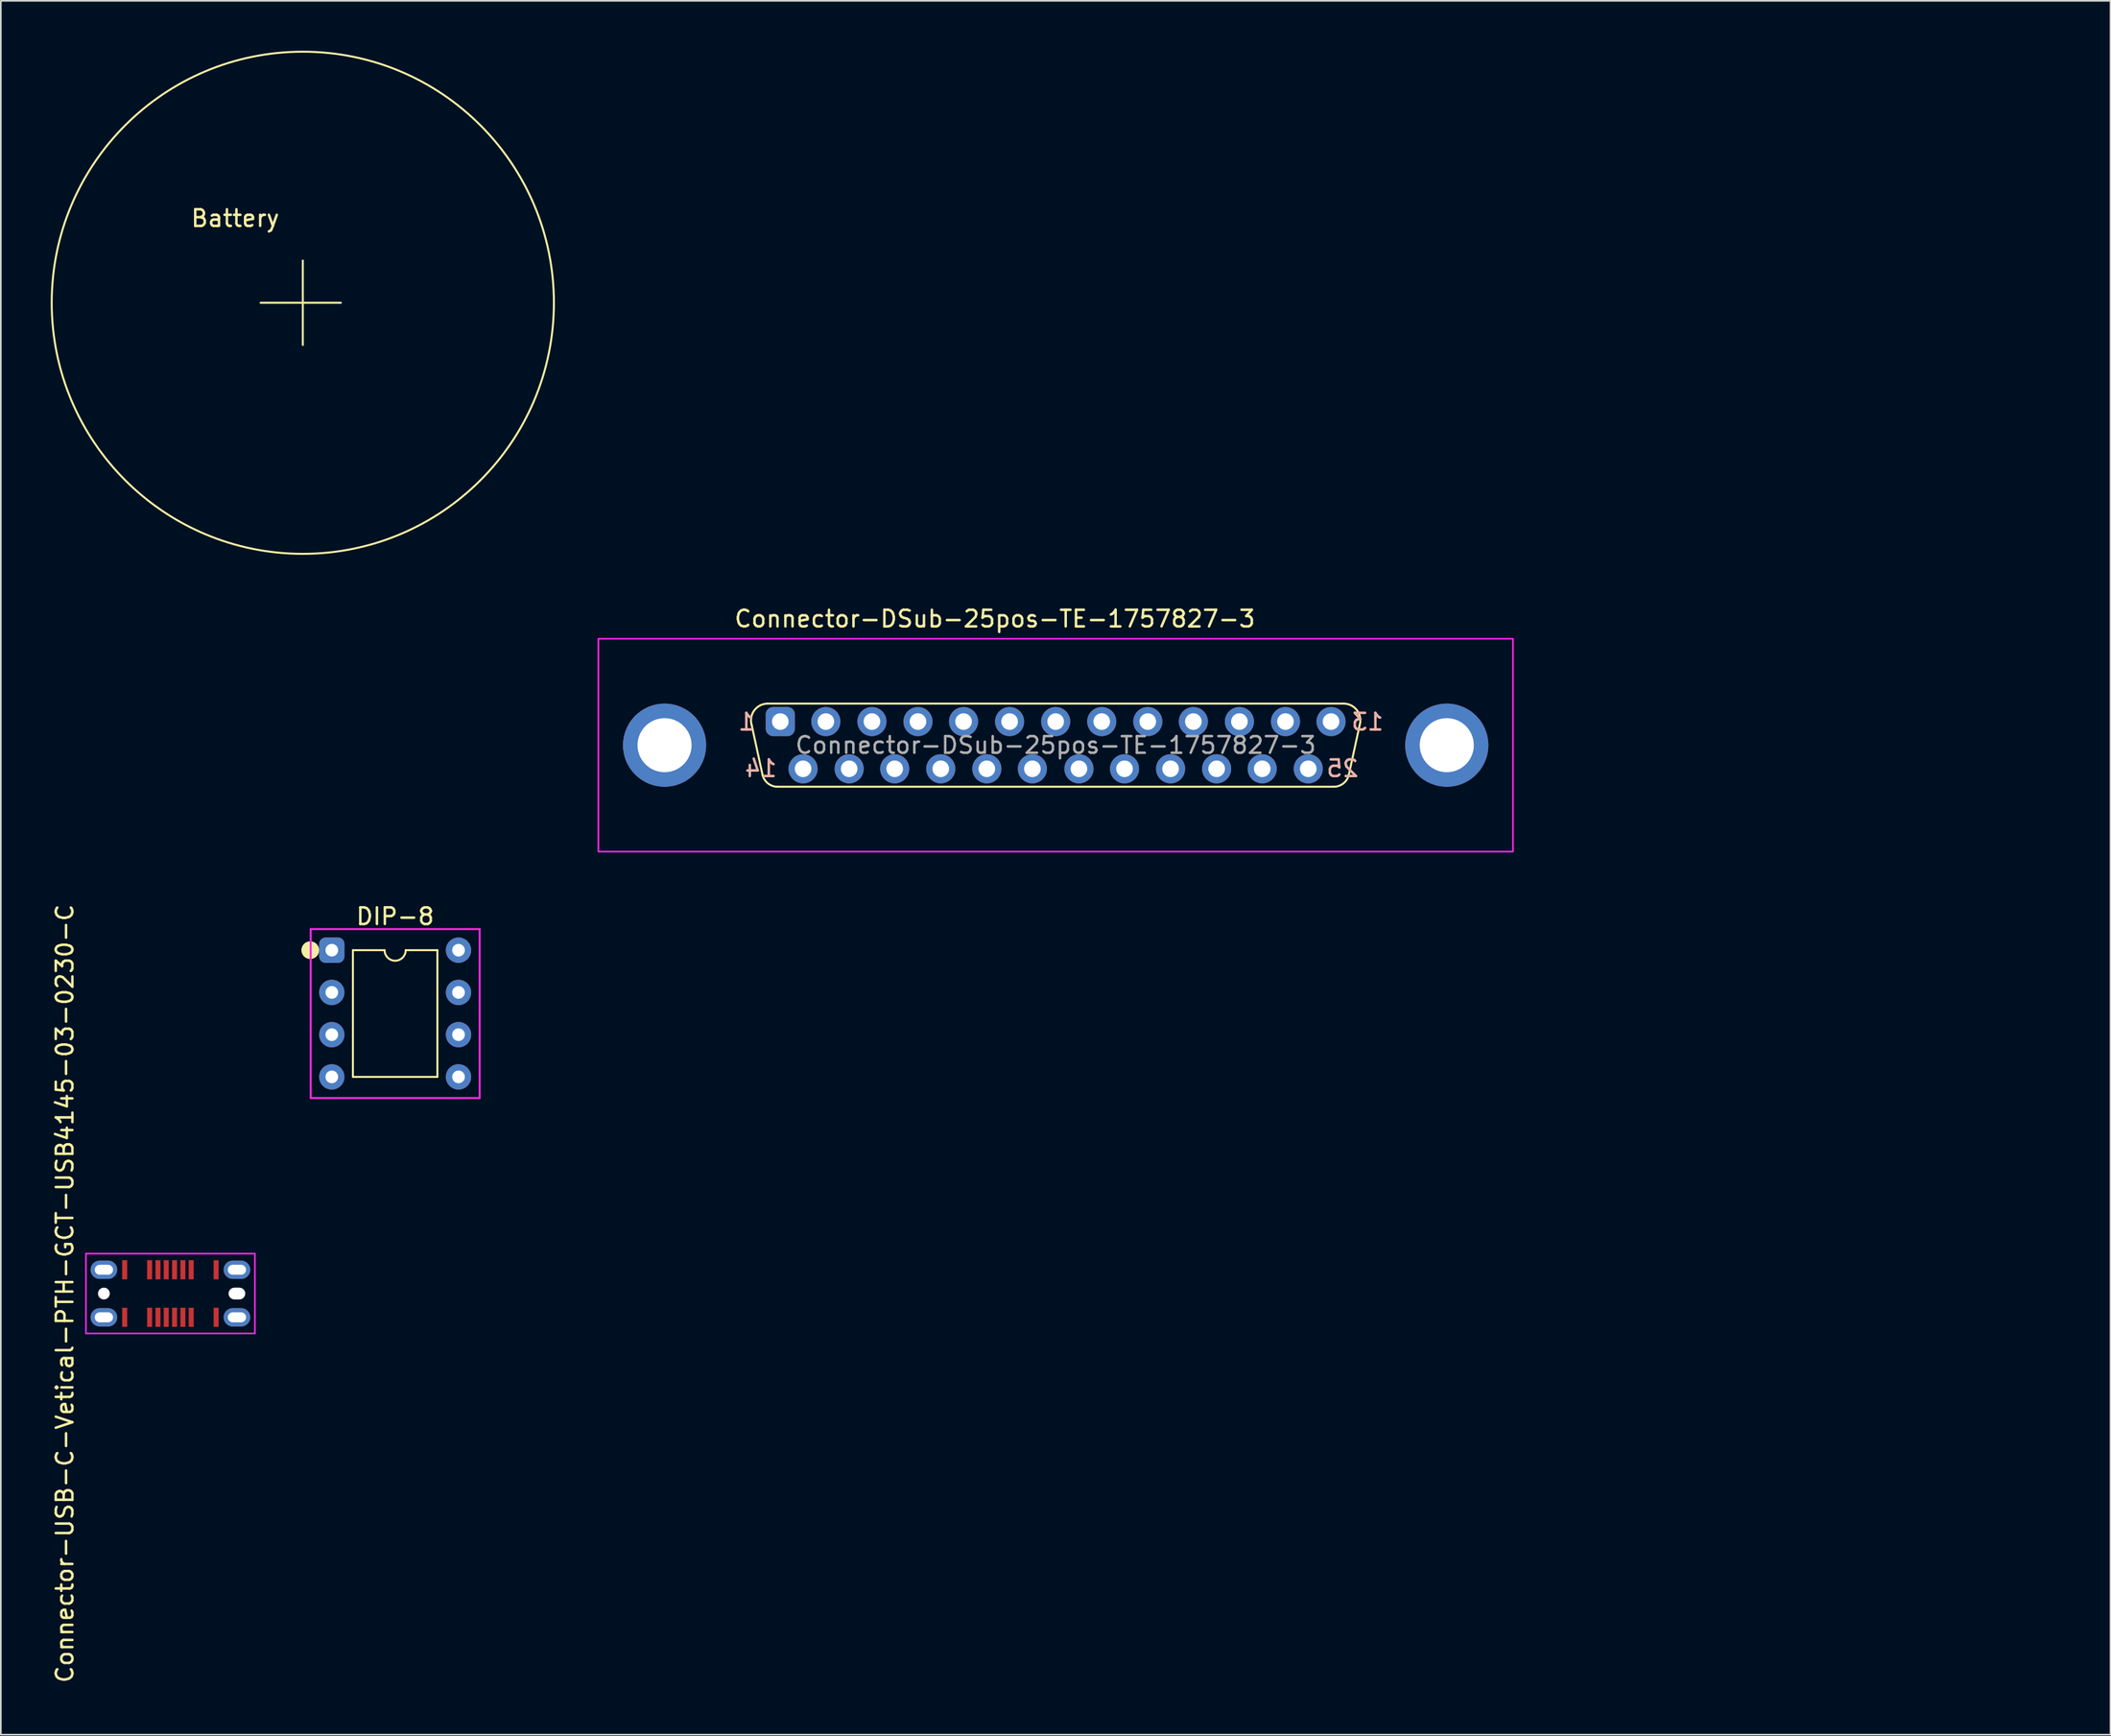
<source format=kicad_pcb>
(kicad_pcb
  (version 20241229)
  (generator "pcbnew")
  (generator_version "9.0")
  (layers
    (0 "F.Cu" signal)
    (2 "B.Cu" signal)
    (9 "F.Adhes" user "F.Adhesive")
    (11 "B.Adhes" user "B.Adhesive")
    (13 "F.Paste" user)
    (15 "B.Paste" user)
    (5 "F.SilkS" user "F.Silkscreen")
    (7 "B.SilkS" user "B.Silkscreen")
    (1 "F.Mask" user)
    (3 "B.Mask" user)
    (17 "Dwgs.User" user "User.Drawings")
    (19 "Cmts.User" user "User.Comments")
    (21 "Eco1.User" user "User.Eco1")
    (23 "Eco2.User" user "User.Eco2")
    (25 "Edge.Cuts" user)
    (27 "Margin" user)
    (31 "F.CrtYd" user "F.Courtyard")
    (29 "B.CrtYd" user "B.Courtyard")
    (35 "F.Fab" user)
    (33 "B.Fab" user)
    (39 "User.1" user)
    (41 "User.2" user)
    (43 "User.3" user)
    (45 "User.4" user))
  (footprint "Connector-DSub-25pos-TE-1757827-3"
    (layer "F.Cu")
    (at 60.435 41.768)
    (property "Reference" "Connector-DSub-25pos-TE-1757827-3" (at -19.4 -7.6 0) (unlocked yes) (layer "F.SilkS") (effects (font (size 1 1) (thickness 0.15)) (justify left)))
    (attr through_hole)
    (fp_line (start -17.625 1.8) (end -18.279 -1.2) (stroke (width 0.12) (type solid)) (layer "F.SilkS"))
    (fp_line (start -16.725 2.5) (end 16.725 2.5) (stroke (width 0.12) (type solid)) (layer "F.SilkS"))
    (fp_line (start 17.325 -2.5) (end -17.325 -2.5) (stroke (width 0.12) (type solid)) (layer "F.SilkS"))
    (fp_line (start 17.625 1.8) (end 18.279 -1.2) (stroke (width 0.12) (type solid)) (layer "F.SilkS"))
    (fp_arc (start -18.278929 -1.200001) (mid -18.128346 -2.089494) (end -17.325006 -2.500001) (stroke (width 0.12) (type solid)) (layer "F.SilkS"))
    (fp_arc (start -16.725006 2.499999) (mid -17.295569 2.305009) (end -17.625006 1.799999) (stroke (width 0.12) (type solid)) (layer "F.SilkS"))
    (fp_arc (start 17.324994 -2.500001) (mid 18.12835 -2.089503) (end 18.278917 -1.200001) (stroke (width 0.12) (type solid)) (layer "F.SilkS"))
    (fp_arc (start 17.624994 1.799999) (mid 17.295557 2.305008) (end 16.724994 2.499999) (stroke (width 0.12) (type solid)) (layer "F.SilkS"))
    (fp_rect (start -27.5 -6.4) (end 27.5 6.4) (stroke (width 0.1) (type solid)) (fill no) (layer "F.CrtYd"))
    (fp_text user "25" (at 16.2 1.4 0) (unlocked yes) (layer "B.SilkS") (effects (font (size 1 1) (thickness 0.15)) (justify right mirror)))
    (fp_text user "14" (at -16.677 1.4 0) (unlocked yes) (layer "B.SilkS") (effects (font (size 1 1) (thickness 0.15)) (justify left mirror)))
    (fp_text user "13" (at 17.7 -1.4 0) (unlocked yes) (layer "B.SilkS") (effects (font (size 1 1) (thickness 0.15)) (justify right mirror)))
    (fp_text user "1" (at -19.177 -1.4 0) (unlocked yes) (layer "B.SilkS") (effects (font (size 1 1) (thickness 0.15)) (justify right mirror)))
    (fp_text user "${REFERENCE}" (at 0 0 0) (unlocked yes) (layer "F.Fab") (effects (font (size 1 1) (thickness 0.15))))
    (fp_text user "Datasheet:https://www.te.com/commerce/DocumentDelivery/DDEController?Action=srchrtrv&DocNm=1757827&DocType=Customer+Drawing&DocLang=English" (at 0 4.4 0) (layer "User.2") (effects (font (size 1 1) (thickness 0.15))))
    (pad "0" thru_hole circle (at -23.52 0 270) (size 5 5) (drill 3.25) (layers "*.Cu" "*.Mask" "F.Paste"))
    (pad "0" thru_hole circle (at 23.52 0 270) (size 5 5) (drill 3.25) (layers "*.Cu" "*.Mask" "F.Paste"))
    (pad "1" thru_hole roundrect (at -16.56 -1.42 270) (size 1.75 1.75) (drill 1) (layers "*.Cu" "*.Mask") (roundrect_rratio 0.25))
    (pad "2" thru_hole circle (at -13.82 -1.42 270) (size 1.75 1.75) (drill 1) (layers "*.Cu" "*.Mask"))
    (pad "3" thru_hole circle (at -11.05 -1.42 270) (size 1.75 1.75) (drill 1) (layers "*.Cu" "*.Mask"))
    (pad "4" thru_hole circle (at -8.28 -1.42 270) (size 1.75 1.75) (drill 1) (layers "*.Cu" "*.Mask"))
    (pad "5" thru_hole circle (at -5.54 -1.42 270) (size 1.75 1.75) (drill 1) (layers "*.Cu" "*.Mask"))
    (pad "6" thru_hole circle (at -2.77 -1.42 270) (size 1.75 1.75) (drill 1) (layers "*.Cu" "*.Mask"))
    (pad "7" thru_hole circle (at 0 -1.42 270) (size 1.75 1.75) (drill 1) (layers "*.Cu" "*.Mask"))
    (pad "8" thru_hole circle (at 2.77 -1.42 270) (size 1.75 1.75) (drill 1) (layers "*.Cu" "*.Mask"))
    (pad "9" thru_hole circle (at 5.54 -1.42 270) (size 1.75 1.75) (drill 1) (layers "*.Cu" "*.Mask"))
    (pad "10" thru_hole circle (at 8.28 -1.42 270) (size 1.75 1.75) (drill 1) (layers "*.Cu" "*.Mask"))
    (pad "11" thru_hole circle (at 11.05 -1.42 270) (size 1.75 1.75) (drill 1) (layers "*.Cu" "*.Mask"))
    (pad "12" thru_hole circle (at 13.82 -1.42 270) (size 1.75 1.75) (drill 1) (layers "*.Cu" "*.Mask"))
    (pad "13" thru_hole circle (at 16.56 -1.42 270) (size 1.75 1.75) (drill 1) (layers "*.Cu" "*.Mask"))
    (pad "14" thru_hole circle (at -15.19 1.42 270) (size 1.75 1.75) (drill 1) (layers "*.Cu" "*.Mask"))
    (pad "15" thru_hole circle (at -12.42 1.42 270) (size 1.75 1.75) (drill 1) (layers "*.Cu" "*.Mask"))
    (pad "16" thru_hole circle (at -9.68 1.42 270) (size 1.75 1.75) (drill 1) (layers "*.Cu" "*.Mask"))
    (pad "17" thru_hole circle (at -6.91 1.42 270) (size 1.75 1.75) (drill 1) (layers "*.Cu" "*.Mask"))
    (pad "18" thru_hole circle (at -4.14 1.42 270) (size 1.75 1.75) (drill 1) (layers "*.Cu" "*.Mask"))
    (pad "19" thru_hole circle (at -1.4 1.42 270) (size 1.75 1.75) (drill 1) (layers "*.Cu" "*.Mask"))
    (pad "20" thru_hole circle (at 1.4 1.42 270) (size 1.75 1.75) (drill 1) (layers "*.Cu" "*.Mask"))
    (pad "21" thru_hole circle (at 4.14 1.42 270) (size 1.75 1.75) (drill 1) (layers "*.Cu" "*.Mask"))
    (pad "22" thru_hole circle (at 6.91 1.42 270) (size 1.75 1.75) (drill 1) (layers "*.Cu" "*.Mask"))
    (pad "23" thru_hole circle (at 9.68 1.42 270) (size 1.75 1.75) (drill 1) (layers "*.Cu" "*.Mask"))
    (pad "24" thru_hole circle (at 12.42 1.42 270) (size 1.75 1.75) (drill 1) (layers "*.Cu" "*.Mask"))
    (pad "25" thru_hole circle (at 15.19 1.42 270) (size 1.75 1.75) (drill 1) (layers "*.Cu" "*.Mask")))
  (footprint "DIP-8"
    (layer "F.Cu")
    (at 20.713 57.908)
    (property "Reference" "DIP-8" (at 0 -5.842 0) (layer "F.SilkS") (effects (font (size 1 1) (thickness 0.15))))
    (attr through_hole)
    (fp_line (start -2.54 3.81) (end -2.54 -3.81) (stroke (width 0.12) (type solid)) (layer "F.SilkS"))
    (fp_line (start -0.635 -3.81) (end -2.54 -3.81) (stroke (width 0.12) (type solid)) (layer "F.SilkS"))
    (fp_line (start 2.54 -3.81) (end 0.635 -3.81) (stroke (width 0.12) (type solid)) (layer "F.SilkS"))
    (fp_line (start 2.54 -3.81) (end 2.54 3.81) (stroke (width 0.12) (type solid)) (layer "F.SilkS"))
    (fp_line (start 2.54 3.81) (end -2.54 3.81) (stroke (width 0.12) (type solid)) (layer "F.SilkS"))
    (fp_arc (start 0.635 -3.81) (mid 0 -3.175) (end -0.635 -3.81) (stroke (width 0.12) (type solid)) (layer "F.SilkS"))
    (fp_circle (center -5.105 -3.81) (end -5.08 -3.81) (stroke (width 0.508) (type solid)) (fill no) (layer "F.SilkS"))
    (fp_line (start -5.08 -5.08) (end 5.08 -5.08) (stroke (width 0.12) (type solid)) (layer "F.CrtYd"))
    (fp_line (start -5.08 5.08) (end -5.08 -5.08) (stroke (width 0.12) (type solid)) (layer "F.CrtYd"))
    (fp_line (start 5.08 -5.08) (end 5.08 5.08) (stroke (width 0.12) (type solid)) (layer "F.CrtYd"))
    (fp_line (start 5.08 5.08) (end -5.08 5.08) (stroke (width 0.12) (type solid)) (layer "F.CrtYd"))
    (pad "1" thru_hole roundrect (at -3.81 -3.81) (size 1.524 1.524) (drill 0.762) (layers "*.Cu" "*.Mask") (roundrect_rratio 0.25))
    (pad "2" thru_hole circle (at -3.81 -1.27) (size 1.524 1.524) (drill 0.762) (layers "*.Cu" "*.Mask"))
    (pad "3" thru_hole circle (at -3.81 1.27) (size 1.524 1.524) (drill 0.762) (layers "*.Cu" "*.Mask"))
    (pad "4" thru_hole circle (at -3.81 3.81) (size 1.524 1.524) (drill 0.762) (layers "*.Cu" "*.Mask"))
    (pad "5" thru_hole circle (at 3.81 3.81) (size 1.524 1.524) (drill 0.762) (layers "*.Cu" "*.Mask"))
    (pad "6" thru_hole circle (at 3.81 1.27) (size 1.524 1.524) (drill 0.762) (layers "*.Cu" "*.Mask"))
    (pad "7" thru_hole circle (at 3.81 -1.27) (size 1.524 1.524) (drill 0.762) (layers "*.Cu" "*.Mask"))
    (pad "8" thru_hole circle (at 3.81 -3.81) (size 1.524 1.524) (drill 0.762) (layers "*.Cu" "*.Mask")))
  (footprint "Battery"
    (layer "F.Cu")
    (at 15.16 15.16)
    (property "Reference" "Battery" (at -4.064 -5.08 0) (unlocked yes) (layer "F.SilkS") (effects (font (size 1 1) (thickness 0.15))))
    (fp_line (start -2.54 0) (end 2.286 0) (stroke (width 0.12) (type solid)) (layer "F.SilkS"))
    (fp_line (start 0 -2.54) (end 0 2.54) (stroke (width 0.12) (type solid)) (layer "F.SilkS"))
    (fp_circle (center 0 0) (end 15.1 0) (stroke (width 0.12) (type solid)) (fill no) (layer "F.SilkS")))
  (footprint "Connector-USB-C-Vetical-PTH-GCT-USB4145-03-0230-C"
    (layer "F.Cu")
    (at 7.198 74.748)
    (property "Reference" "Connector-USB-C-Vetical-PTH-GCT-USB4145-03-0230-C" (at -6.35 0 90) (layer "F.SilkS") (effects (font (size 1 1) (thickness 0.15))))
    (attr smd)
    (fp_line (start -5.08 -2.4) (end 5.08 -2.4) (stroke (width 0.1) (type solid)) (layer "F.CrtYd"))
    (fp_line (start -5.08 2.4) (end -5.08 -2.4) (stroke (width 0.1) (type default)) (layer "F.CrtYd"))
    (fp_line (start -5.08 2.4) (end 5.08 2.4) (stroke (width 0.1) (type solid)) (layer "F.CrtYd"))
    (fp_line (start 5.08 -2.4) (end 5.08 2.4) (stroke (width 0.1) (type default)) (layer "F.CrtYd"))
    (pad "" np_thru_hole circle (at -4 0) (size 0.71 0.71) (drill 0.71) (layers "*.Cu" "*.Mask"))
    (pad "" np_thru_hole oval (at 4 0) (size 1 0.71) (drill oval 1 0.71) (layers "*.Cu" "*.Mask"))
    (pad "A1" smd rect (at -2.75 -1.43) (size 0.3 1.15) (layers "F.Cu" "F.Mask" "F.Paste"))
    (pad "A4" smd rect (at -1.25 -1.43) (size 0.3 1.15) (layers "F.Cu" "F.Mask" "F.Paste"))
    (pad "A5" smd rect (at -0.75 -1.43) (size 0.3 1.15) (layers "F.Cu" "F.Mask" "F.Paste"))
    (pad "A6" smd rect (at -0.25 -1.43) (size 0.3 1.15) (layers "F.Cu" "F.Mask" "F.Paste"))
    (pad "A7" smd rect (at 0.25 -1.43) (size 0.3 1.15) (layers "F.Cu" "F.Mask" "F.Paste"))
    (pad "A8" smd rect (at 0.75 -1.43) (size 0.3 1.15) (layers "F.Cu" "F.Mask" "F.Paste"))
    (pad "A9" smd rect (at 1.25 -1.43) (size 0.3 1.15) (layers "F.Cu" "F.Mask" "F.Paste"))
    (pad "A12" smd rect (at 2.75 -1.43) (size 0.3 1.15) (layers "F.Cu" "F.Mask" "F.Paste"))
    (pad "B1" smd rect (at 2.75 1.43) (size 0.3 1.15) (layers "F.Cu" "F.Mask" "F.Paste"))
    (pad "B4" smd rect (at 1.25 1.43) (size 0.3 1.15) (layers "F.Cu" "F.Mask" "F.Paste"))
    (pad "B5" smd rect (at 0.75 1.43) (size 0.3 1.15) (layers "F.Cu" "F.Mask" "F.Paste"))
    (pad "B6" smd rect (at 0.25 1.43) (size 0.3 1.15) (layers "F.Cu" "F.Mask" "F.Paste"))
    (pad "B7" smd rect (at -0.25 1.43) (size 0.3 1.15) (layers "F.Cu" "F.Mask" "F.Paste"))
    (pad "B8" smd rect (at -0.75 1.43) (size 0.3 1.15) (layers "F.Cu" "F.Mask" "F.Paste"))
    (pad "B9" smd rect (at -1.25 1.43) (size 0.3 1.15) (layers "F.Cu" "F.Mask" "F.Paste"))
    (pad "B12" smd rect (at -2.75 1.43) (size 0.3 1.15) (layers "F.Cu" "F.Mask" "F.Paste"))
    (pad "S1" thru_hole oval (at -4 -1.43) (size 1.6 1.1) (drill oval 1.1 0.6) (layers "*.Cu" "*.Mask"))
    (pad "S1" thru_hole oval (at -4 1.43) (size 1.6 1.1) (drill oval 1.1 0.6) (layers "*.Cu" "*.Mask"))
    (pad "S1" thru_hole oval (at 4 -1.43) (size 1.6 1.1) (drill oval 1.1 0.6) (layers "*.Cu" "*.Mask"))
    (pad "S1" thru_hole oval (at 4 1.43) (size 1.6 1.1) (drill oval 1.1 0.6) (layers "*.Cu" "*.Mask")))
  (gr_rect
    (start -3 -3)
    (end 123.869 101.278)
    (stroke (width 0.1) (type default))
    (fill no)
    (layer "Edge.Cuts")))
</source>
